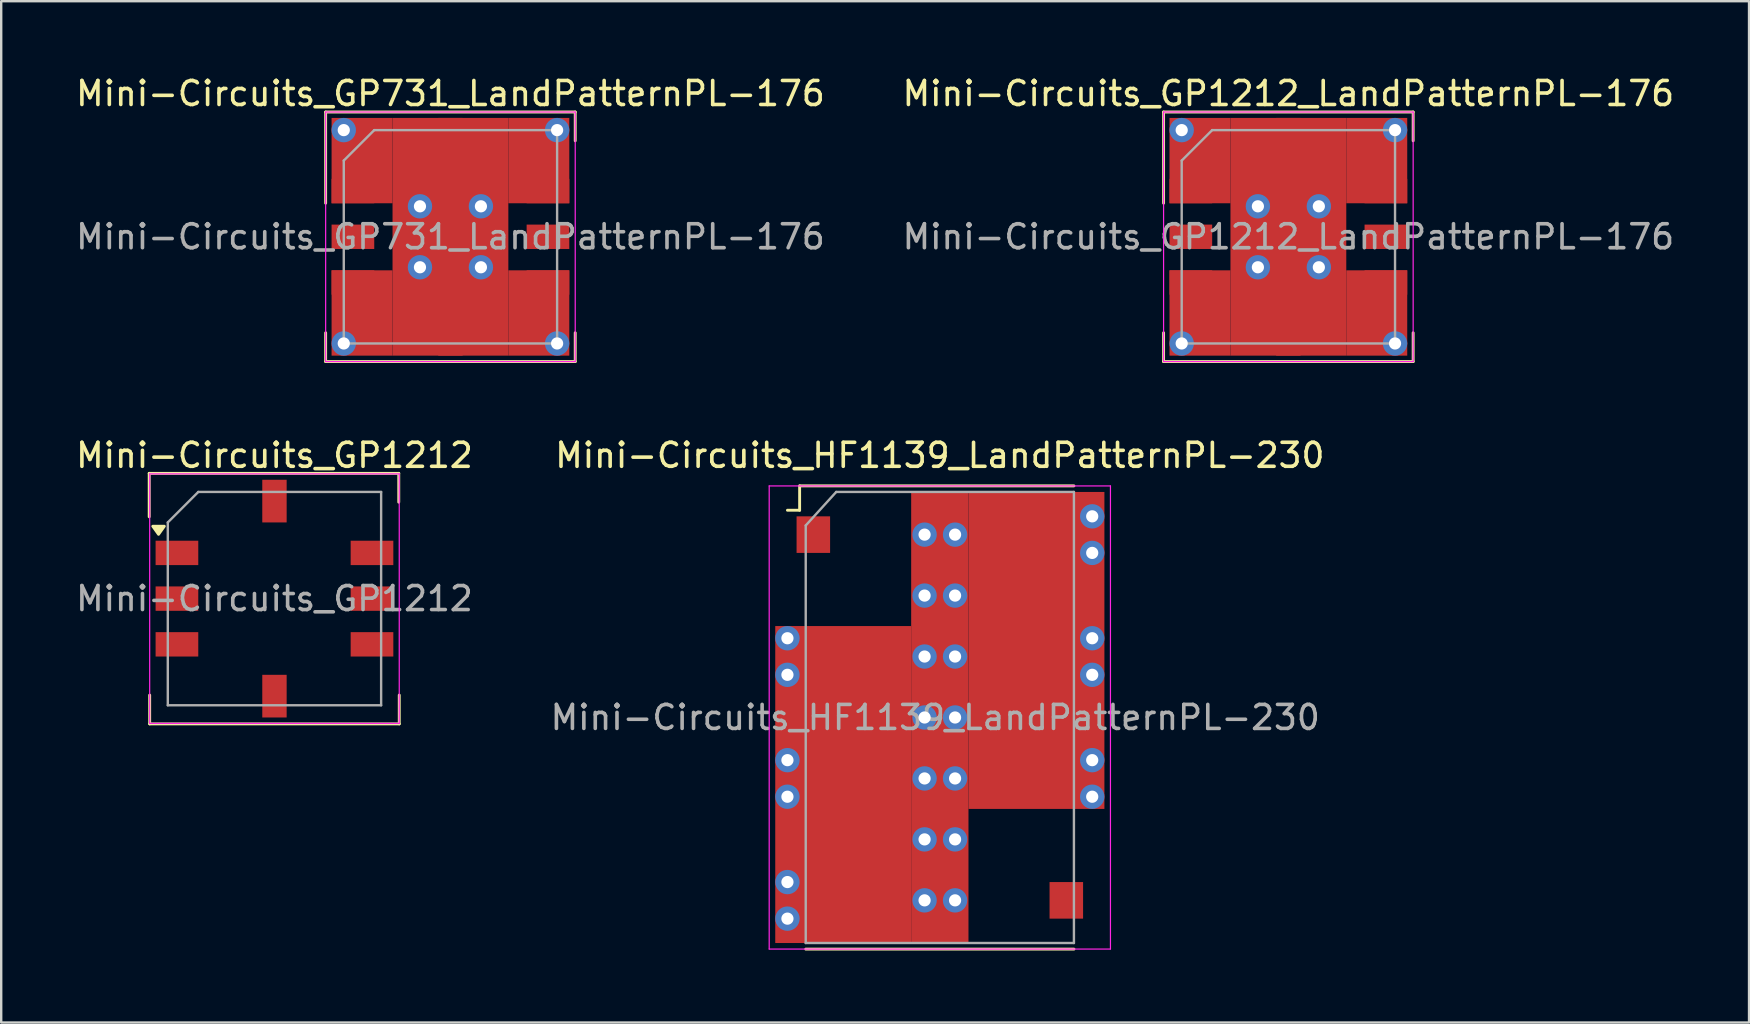
<source format=kicad_pcb>
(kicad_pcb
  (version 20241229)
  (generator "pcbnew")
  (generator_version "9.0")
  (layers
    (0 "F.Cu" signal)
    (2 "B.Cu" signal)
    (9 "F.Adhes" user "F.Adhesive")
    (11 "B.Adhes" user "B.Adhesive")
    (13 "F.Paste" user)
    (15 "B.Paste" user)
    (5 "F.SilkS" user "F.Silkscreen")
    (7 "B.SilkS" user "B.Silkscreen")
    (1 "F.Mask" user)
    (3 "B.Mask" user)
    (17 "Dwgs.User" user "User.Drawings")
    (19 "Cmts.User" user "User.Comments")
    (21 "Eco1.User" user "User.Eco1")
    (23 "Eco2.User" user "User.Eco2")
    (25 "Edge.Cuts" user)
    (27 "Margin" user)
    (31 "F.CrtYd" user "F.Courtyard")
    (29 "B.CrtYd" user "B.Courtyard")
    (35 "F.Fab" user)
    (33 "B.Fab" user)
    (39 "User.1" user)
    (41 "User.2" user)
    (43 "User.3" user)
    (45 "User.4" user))
  (footprint "Mini-Circuits_GP1212_LandPatternPL-176"
    (layer "F.Cu")
    (at 50.637 6.817)
    (property "Reference" "Mini-Circuits_GP1212_LandPatternPL-176" (at 0 -5.969 0) (layer "F.SilkS") (effects (font (size 1 1) (thickness 0.15))))
    (attr smd)
    (fp_line (start -5.2 -5.2) (end -5.2 -1.4) (stroke (width 0.12) (type solid)) (layer "F.SilkS"))
    (fp_line (start -5.2 -5.2) (end 5.2 -5.2) (stroke (width 0.12) (type solid)) (layer "F.SilkS"))
    (fp_line (start -5.2 4) (end -5.2 5.2) (stroke (width 0.12) (type solid)) (layer "F.SilkS"))
    (fp_line (start 5.2 -4) (end 5.2 -5.2) (stroke (width 0.12) (type solid)) (layer "F.SilkS"))
    (fp_line (start 5.2 5.2) (end -5.2 5.2) (stroke (width 0.12) (type solid)) (layer "F.SilkS"))
    (fp_line (start 5.2 5.2) (end 5.2 4) (stroke (width 0.12) (type solid)) (layer "F.SilkS"))
    (fp_line (start -5.2 -5.2) (end -5.2 5.2) (stroke (width 0.05) (type solid)) (layer "F.CrtYd"))
    (fp_line (start -5.2 -5.2) (end 5.2 -5.2) (stroke (width 0.05) (type solid)) (layer "F.CrtYd"))
    (fp_line (start 5.2 5.2) (end -5.2 5.2) (stroke (width 0.05) (type solid)) (layer "F.CrtYd"))
    (fp_line (start 5.2 5.2) (end 5.2 -5.2) (stroke (width 0.05) (type solid)) (layer "F.CrtYd"))
    (fp_line (start -4.445 -3.175) (end -3.175 -4.445) (stroke (width 0.1) (type solid)) (layer "F.Fab"))
    (fp_line (start -4.445 4.445) (end -4.445 -3.175) (stroke (width 0.1) (type solid)) (layer "F.Fab"))
    (fp_line (start -3.175 -4.445) (end 4.445 -4.445) (stroke (width 0.1) (type solid)) (layer "F.Fab"))
    (fp_line (start 4.445 -4.445) (end 4.445 4.445) (stroke (width 0.1) (type solid)) (layer "F.Fab"))
    (fp_line (start 4.445 4.445) (end -4.445 4.445) (stroke (width 0.1) (type solid)) (layer "F.Fab"))
    (fp_text user "${REFERENCE}" (at 0 0 0) (layer "F.Fab") (effects (font (size 1 1) (thickness 0.15))))
    (pad "1" thru_hole circle (at -4.445 -4.445) (size 1.016 1.016) (drill 0.508) (layers "*.Cu"))
    (pad "1" thru_hole circle (at -4.445 4.445) (size 1.016 1.016) (drill 0.508) (layers "*.Cu"))
    (pad "1" smd rect (at -4.064 -1.905 180) (size 1.778 1.016) (layers "F.Cu" "F.Mask" "F.Paste"))
    (pad "1" smd rect (at -3.683 -3.175) (size 2.54 3.556) (layers "F.Cu"))
    (pad "1" smd rect (at -3.683 3.175) (size 2.54 3.556) (layers "F.Cu"))
    (pad "1" thru_hole circle (at -1.27 -1.27) (size 1.016 1.016) (drill 0.508) (layers "*.Cu"))
    (pad "1" thru_hole circle (at -1.27 1.27) (size 1.016 1.016) (drill 0.508) (layers "*.Cu"))
    (pad "1" smd rect (at 0 0) (size 4.826 9.906) (layers "F.Cu"))
    (pad "1" thru_hole circle (at 1.27 -1.27) (size 1.016 1.016) (drill 0.508) (layers "*.Cu"))
    (pad "1" thru_hole circle (at 1.27 1.27) (size 1.016 1.016) (drill 0.508) (layers "*.Cu"))
    (pad "1" smd rect (at 3.683 -3.175) (size 2.54 3.556) (layers "F.Cu"))
    (pad "1" smd rect (at 3.683 3.175) (size 2.54 3.556) (layers "F.Cu"))
    (pad "1" thru_hole circle (at 4.445 -4.445) (size 1.016 1.016) (drill 0.508) (layers "*.Cu"))
    (pad "1" thru_hole circle (at 4.445 4.445) (size 1.016 1.016) (drill 0.508) (layers "*.Cu"))
    (pad "2" smd rect (at -4.064 0 180) (size 1.778 1.016) (layers "F.Cu" "F.Mask" "F.Paste"))
    (pad "3" smd rect (at -4.064 1.905 180) (size 1.778 1.016) (layers "F.Cu" "F.Mask" "F.Paste"))
    (pad "4" smd rect (at 0 4.064 270) (size 1.778 1.016) (layers "F.Cu" "F.Mask" "F.Paste"))
    (pad "5" smd rect (at 4.064 1.905) (size 1.778 1.016) (layers "F.Cu" "F.Mask" "F.Paste"))
    (pad "6" smd rect (at 4.064 0) (size 1.778 1.016) (layers "F.Cu" "F.Mask" "F.Paste"))
    (pad "7" smd rect (at 4.064 -1.905) (size 1.778 1.016) (layers "F.Cu" "F.Mask" "F.Paste"))
    (pad "8" smd rect (at 0 -4.064 270) (size 1.778 1.016) (layers "F.Cu" "F.Mask" "F.Paste")))
  (footprint "Mini-Circuits_GP731_LandPatternPL-176"
    (layer "F.Cu")
    (at 15.72 6.817)
    (property "Reference" "Mini-Circuits_GP731_LandPatternPL-176" (at 0 -5.969 0) (layer "F.SilkS") (effects (font (size 1 1) (thickness 0.15))))
    (attr smd)
    (fp_line (start -5.2 -5.2) (end -5.2 -1.4) (stroke (width 0.12) (type solid)) (layer "F.SilkS"))
    (fp_line (start -5.2 -5.2) (end 5.2 -5.2) (stroke (width 0.12) (type solid)) (layer "F.SilkS"))
    (fp_line (start -5.2 4) (end -5.2 5.2) (stroke (width 0.12) (type solid)) (layer "F.SilkS"))
    (fp_line (start 5.2 -4) (end 5.2 -5.2) (stroke (width 0.12) (type solid)) (layer "F.SilkS"))
    (fp_line (start 5.2 5.2) (end -5.2 5.2) (stroke (width 0.12) (type solid)) (layer "F.SilkS"))
    (fp_line (start 5.2 5.2) (end 5.2 4) (stroke (width 0.12) (type solid)) (layer "F.SilkS"))
    (fp_line (start -5.2 -5.2) (end -5.2 5.2) (stroke (width 0.05) (type solid)) (layer "F.CrtYd"))
    (fp_line (start -5.2 -5.2) (end 5.2 -5.2) (stroke (width 0.05) (type solid)) (layer "F.CrtYd"))
    (fp_line (start 5.2 5.2) (end -5.2 5.2) (stroke (width 0.05) (type solid)) (layer "F.CrtYd"))
    (fp_line (start 5.2 5.2) (end 5.2 -5.2) (stroke (width 0.05) (type solid)) (layer "F.CrtYd"))
    (fp_line (start -4.445 -3.175) (end -3.175 -4.445) (stroke (width 0.1) (type solid)) (layer "F.Fab"))
    (fp_line (start -4.445 4.445) (end -4.445 -3.175) (stroke (width 0.1) (type solid)) (layer "F.Fab"))
    (fp_line (start -3.175 -4.445) (end 4.445 -4.445) (stroke (width 0.1) (type solid)) (layer "F.Fab"))
    (fp_line (start 4.445 -4.445) (end 4.445 4.445) (stroke (width 0.1) (type solid)) (layer "F.Fab"))
    (fp_line (start 4.445 4.445) (end -4.445 4.445) (stroke (width 0.1) (type solid)) (layer "F.Fab"))
    (fp_text user "${REFERENCE}" (at 0 0 0) (layer "F.Fab") (effects (font (size 1 1) (thickness 0.15))))
    (pad "1" thru_hole circle (at -4.445 -4.445) (size 1.016 1.016) (drill 0.508) (layers "*.Cu"))
    (pad "1" thru_hole circle (at -4.445 4.445) (size 1.016 1.016) (drill 0.508) (layers "*.Cu"))
    (pad "1" smd rect (at -4.064 -1.905 180) (size 1.778 1.016) (layers "F.Cu" "F.Mask" "F.Paste"))
    (pad "1" smd rect (at -3.683 -3.175) (size 2.54 3.556) (layers "F.Cu"))
    (pad "1" smd rect (at -3.683 3.175) (size 2.54 3.556) (layers "F.Cu"))
    (pad "1" thru_hole circle (at -1.27 -1.27) (size 1.016 1.016) (drill 0.508) (layers "*.Cu"))
    (pad "1" thru_hole circle (at -1.27 1.27) (size 1.016 1.016) (drill 0.508) (layers "*.Cu"))
    (pad "1" smd rect (at 0 0) (size 4.826 9.906) (layers "F.Cu"))
    (pad "1" thru_hole circle (at 1.27 -1.27) (size 1.016 1.016) (drill 0.508) (layers "*.Cu"))
    (pad "1" thru_hole circle (at 1.27 1.27) (size 1.016 1.016) (drill 0.508) (layers "*.Cu"))
    (pad "1" smd rect (at 3.683 -3.175) (size 2.54 3.556) (layers "F.Cu"))
    (pad "1" smd rect (at 3.683 3.175) (size 2.54 3.556) (layers "F.Cu"))
    (pad "1" thru_hole circle (at 4.445 -4.445) (size 1.016 1.016) (drill 0.508) (layers "*.Cu"))
    (pad "1" thru_hole circle (at 4.445 4.445) (size 1.016 1.016) (drill 0.508) (layers "*.Cu"))
    (pad "2" smd rect (at -4.064 0 180) (size 1.778 1.016) (layers "F.Cu" "F.Mask" "F.Paste"))
    (pad "3" smd rect (at -4.064 1.905 180) (size 1.778 1.016) (layers "F.Cu" "F.Mask" "F.Paste"))
    (pad "4" smd rect (at 0 4.064 270) (size 1.778 1.016) (layers "F.Cu" "F.Mask" "F.Paste"))
    (pad "5" smd rect (at 4.064 1.905) (size 1.778 1.016) (layers "F.Cu" "F.Mask" "F.Paste"))
    (pad "6" smd rect (at 4.064 0) (size 1.778 1.016) (layers "F.Cu" "F.Mask" "F.Paste"))
    (pad "7" smd rect (at 4.064 -1.905) (size 1.778 1.016) (layers "F.Cu" "F.Mask" "F.Paste"))
    (pad "8" smd rect (at 0 -4.064 270) (size 1.778 1.016) (layers "F.Cu" "F.Mask" "F.Paste")))
  (footprint "Mini-Circuits_GP1212"
    (layer "F.Cu")
    (at 8.387 21.895)
    (property "Reference" "Mini-Circuits_GP1212" (at 0 -5.969 0) (layer "F.SilkS") (effects (font (size 1 1) (thickness 0.15))))
    (attr smd)
    (fp_line (start -5.22 -5.22) (end -5.22 -3.41) (stroke (width 0.12) (type solid)) (layer "F.SilkS"))
    (fp_line (start -5.22 -5.22) (end 5.18 -5.22) (stroke (width 0.12) (type solid)) (layer "F.SilkS"))
    (fp_line (start -5.2 4.02) (end -5.2 5.22) (stroke (width 0.12) (type solid)) (layer "F.SilkS"))
    (fp_line (start 5.18 -4.02) (end 5.18 -5.22) (stroke (width 0.12) (type solid)) (layer "F.SilkS"))
    (fp_line (start 5.2 5.22) (end -5.2 5.22) (stroke (width 0.12) (type solid)) (layer "F.SilkS"))
    (fp_line (start 5.2 5.22) (end 5.2 4.02) (stroke (width 0.12) (type solid)) (layer "F.SilkS"))
    (fp_poly (pts (xy -4.83 -2.68) (xy -5.07 -3.016) (xy -4.59 -3.016) (xy -4.83 -2.68)) (stroke (width 0.12) (type solid)) (fill yes) (layer "F.SilkS"))
    (fp_line (start -5.2 -5.2) (end -5.2 5.2) (stroke (width 0.05) (type solid)) (layer "F.CrtYd"))
    (fp_line (start -5.2 -5.2) (end 5.2 -5.2) (stroke (width 0.05) (type solid)) (layer "F.CrtYd"))
    (fp_line (start 5.2 5.2) (end -5.2 5.2) (stroke (width 0.05) (type solid)) (layer "F.CrtYd"))
    (fp_line (start 5.2 5.2) (end 5.2 -5.2) (stroke (width 0.05) (type solid)) (layer "F.CrtYd"))
    (fp_line (start -4.445 -3.175) (end -3.175 -4.445) (stroke (width 0.1) (type solid)) (layer "F.Fab"))
    (fp_line (start -4.445 4.445) (end -4.445 -3.175) (stroke (width 0.1) (type solid)) (layer "F.Fab"))
    (fp_line (start -3.175 -4.445) (end 4.445 -4.445) (stroke (width 0.1) (type solid)) (layer "F.Fab"))
    (fp_line (start 4.445 -4.445) (end 4.445 4.445) (stroke (width 0.1) (type solid)) (layer "F.Fab"))
    (fp_line (start 4.445 4.445) (end -4.445 4.445) (stroke (width 0.1) (type solid)) (layer "F.Fab"))
    (fp_text user "${REFERENCE}" (at 0 0 0) (layer "F.Fab") (effects (font (size 1 1) (thickness 0.15))))
    (pad "1" smd rect (at -4.064 -1.905 180) (size 1.778 1.016) (layers "F.Cu" "F.Mask" "F.Paste"))
    (pad "2" smd rect (at -4.064 0 180) (size 1.778 1.016) (layers "F.Cu" "F.Mask" "F.Paste"))
    (pad "3" smd rect (at -4.064 1.905 180) (size 1.778 1.016) (layers "F.Cu" "F.Mask" "F.Paste"))
    (pad "4" smd rect (at 0 4.064 270) (size 1.778 1.016) (layers "F.Cu" "F.Mask" "F.Paste"))
    (pad "5" smd rect (at 4.064 1.905) (size 1.778 1.016) (layers "F.Cu" "F.Mask" "F.Paste"))
    (pad "6" smd rect (at 4.064 0) (size 1.778 1.016) (layers "F.Cu" "F.Mask" "F.Paste"))
    (pad "7" smd rect (at 4.064 -1.905) (size 1.778 1.016) (layers "F.Cu" "F.Mask" "F.Paste"))
    (pad "8" smd rect (at 0 -4.064 270) (size 1.778 1.016) (layers "F.Cu" "F.Mask" "F.Paste")))
  (footprint "Mini-Circuits_HF1139_LandPatternPL-230"
    (layer "F.Cu")
    (at 36.113 26.848)
    (property "Reference" "Mini-Circuits_HF1139_LandPatternPL-230" (at 0 -10.922 0) (layer "F.SilkS") (effects (font (size 1 1) (thickness 0.15))))
    (attr smd)
    (fp_line (start -5.842 -9.652) (end -5.842 -8.636) (stroke (width 0.12) (type solid)) (layer "F.SilkS"))
    (fp_line (start -5.842 -8.636) (end -6.35 -8.636) (stroke (width 0.12) (type solid)) (layer "F.SilkS"))
    (fp_line (start 5.588 -9.652) (end -5.842 -9.652) (stroke (width 0.12) (type solid)) (layer "F.SilkS"))
    (fp_line (start 5.588 9.652) (end -5.588 9.652) (stroke (width 0.12) (type solid)) (layer "F.SilkS"))
    (fp_line (start -7.11 -9.65) (end -7.11 9.65) (stroke (width 0.05) (type solid)) (layer "F.CrtYd"))
    (fp_line (start -7.11 -9.65) (end 7.11 -9.65) (stroke (width 0.05) (type solid)) (layer "F.CrtYd"))
    (fp_line (start 7.11 9.65) (end -7.11 9.65) (stroke (width 0.05) (type solid)) (layer "F.CrtYd"))
    (fp_line (start 7.11 9.65) (end 7.11 -9.65) (stroke (width 0.05) (type solid)) (layer "F.CrtYd"))
    (fp_line (start -5.588 -8.001) (end -5.588 9.398) (stroke (width 0.1) (type solid)) (layer "F.Fab"))
    (fp_line (start -4.318 -9.398) (end -5.588 -8.001) (stroke (width 0.1) (type solid)) (layer "F.Fab"))
    (fp_line (start 5.588 -9.398) (end -4.318 -9.398) (stroke (width 0.1) (type solid)) (layer "F.Fab"))
    (fp_line (start 5.588 9.398) (end -5.588 9.398) (stroke (width 0.1) (type solid)) (layer "F.Fab"))
    (fp_line (start 5.588 9.398) (end 5.588 -9.398) (stroke (width 0.1) (type solid)) (layer "F.Fab"))
    (fp_text user "${REFERENCE}" (at -0.191 0 180) (layer "F.Fab") (effects (font (size 1 1) (thickness 0.15))))
    (pad "1" smd rect (at -5.271 -7.62 270) (size 1.524 1.397) (layers "F.Cu" "F.Mask" "F.Paste"))
    (pad "2" smd rect (at 5.271 -7.62 270) (size 1.524 1.397) (layers "F.Cu" "F.Mask" "F.Paste"))
    (pad "2" thru_hole circle (at 6.35 -8.382 270) (size 1.016 1.016) (drill 0.508) (layers "*.Cu"))
    (pad "2" thru_hole circle (at 6.35 -6.858 270) (size 1.016 1.016) (drill 0.508) (layers "*.Cu"))
    (pad "3" thru_hole circle (at -6.35 -3.302 270) (size 1.016 1.016) (drill 0.508) (layers "*.Cu"))
    (pad "3" thru_hole circle (at -6.35 -1.778 270) (size 1.016 1.016) (drill 0.508) (layers "*.Cu"))
    (pad "3" smd rect (at -5.271 -2.54 270) (size 1.524 1.397) (layers "F.Cu" "F.Mask" "F.Paste"))
    (pad "4" smd rect (at 5.271 -2.54 270) (size 1.524 1.397) (layers "F.Cu" "F.Mask" "F.Paste"))
    (pad "4" thru_hole circle (at 6.35 -3.302 270) (size 1.016 1.016) (drill 0.508) (layers "*.Cu"))
    (pad "4" thru_hole circle (at 6.35 -1.778 270) (size 1.016 1.016) (drill 0.508) (layers "*.Cu"))
    (pad "5" thru_hole circle (at -6.35 1.778 270) (size 1.016 1.016) (drill 0.508) (layers "*.Cu"))
    (pad "5" thru_hole circle (at -6.35 3.302 270) (size 1.016 1.016) (drill 0.508) (layers "*.Cu"))
    (pad "5" smd rect (at -5.271 2.54 270) (size 1.524 1.397) (layers "F.Cu" "F.Mask" "F.Paste"))
    (pad "6" smd rect (at 5.271 2.54 270) (size 1.524 1.397) (layers "F.Cu" "F.Mask" "F.Paste"))
    (pad "6" thru_hole circle (at 6.35 1.778 270) (size 1.016 1.016) (drill 0.508) (layers "*.Cu"))
    (pad "6" thru_hole circle (at 6.35 3.302 270) (size 1.016 1.016) (drill 0.508) (layers "*.Cu"))
    (pad "7" thru_hole circle (at -6.35 6.858 270) (size 1.016 1.016) (drill 0.508) (layers "*.Cu"))
    (pad "7" thru_hole circle (at -6.35 8.382 270) (size 1.016 1.016) (drill 0.508) (layers "*.Cu"))
    (pad "7" smd rect (at -5.271 7.62 270) (size 1.524 1.397) (layers "F.Cu" "F.Mask" "F.Paste"))
    (pad "7" smd rect (at -4.026 2.794 270) (size 13.208 5.664) (layers "F.Cu"))
    (pad "7" thru_hole circle (at -0.635 -7.62 270) (size 1.016 1.016) (drill 0.508) (layers "*.Cu"))
    (pad "7" thru_hole circle (at -0.635 -5.08 270) (size 1.016 1.016) (drill 0.508) (layers "*.Cu"))
    (pad "7" thru_hole circle (at -0.635 -2.54 270) (size 1.016 1.016) (drill 0.508) (layers "*.Cu"))
    (pad "7" thru_hole circle (at -0.635 0 270) (size 1.016 1.016) (drill 0.508) (layers "*.Cu"))
    (pad "7" thru_hole circle (at -0.635 2.54 270) (size 1.016 1.016) (drill 0.508) (layers "*.Cu"))
    (pad "7" thru_hole circle (at -0.635 5.08 270) (size 1.016 1.016) (drill 0.508) (layers "*.Cu"))
    (pad "7" thru_hole circle (at -0.635 7.62 270) (size 1.016 1.016) (drill 0.508) (layers "*.Cu"))
    (pad "7" smd rect (at 0 0 270) (size 18.796 2.388) (layers "F.Cu"))
    (pad "7" thru_hole circle (at 0.635 -7.62 270) (size 1.016 1.016) (drill 0.508) (layers "*.Cu"))
    (pad "7" thru_hole circle (at 0.635 -5.08 270) (size 1.016 1.016) (drill 0.508) (layers "*.Cu"))
    (pad "7" thru_hole circle (at 0.635 -2.54 270) (size 1.016 1.016) (drill 0.508) (layers "*.Cu"))
    (pad "7" thru_hole circle (at 0.635 0 270) (size 1.016 1.016) (drill 0.508) (layers "*.Cu"))
    (pad "7" thru_hole circle (at 0.635 2.54 270) (size 1.016 1.016) (drill 0.508) (layers "*.Cu"))
    (pad "7" thru_hole circle (at 0.635 5.08 270) (size 1.016 1.016) (drill 0.508) (layers "*.Cu"))
    (pad "7" thru_hole circle (at 0.635 7.62 270) (size 1.016 1.016) (drill 0.508) (layers "*.Cu"))
    (pad "7" smd rect (at 4.026 -2.794 270) (size 13.208 5.664) (layers "F.Cu"))
    (pad "8" smd rect (at 5.271 7.62 270) (size 1.524 1.397) (layers "F.Cu" "F.Mask" "F.Paste")))
  (gr_rect
    (start -3 -3)
    (end 69.833 39.559)
    (stroke (width 0.1) (type default))
    (fill no)
    (layer "Edge.Cuts")))
</source>
